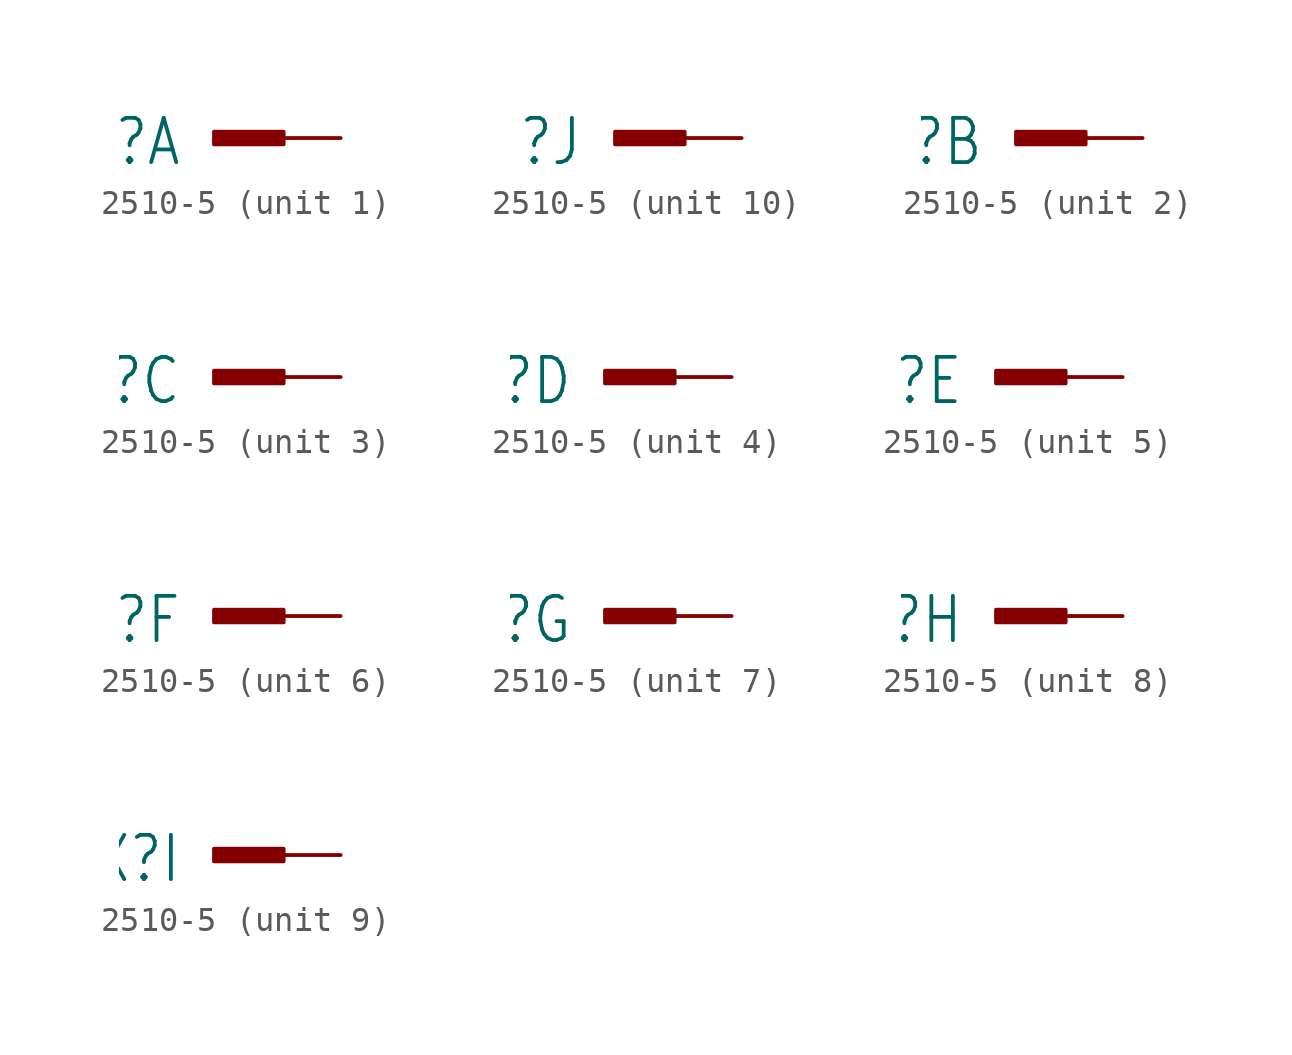
<source format=kicad_sym>
(kicad_symbol_lib
  (version 20211014)
  (generator kicad_symbol_editor)
  (symbol "2510-5"
    (property "Reference" "X"
      (at -1.27 0.889 0)
      (effects (font (size 1.778 1.511)) (justify right top)))
    (property "ki_locked" ""
      (at 0 0 0)
      (effects (font (size 1.27 1.27))))
    (symbol "2510-5_1_0"
      (rectangle (start 0 -0.254) (end 2.794 0.254) (stroke (width 0) (type default) (color 0 0 0 0)) (fill (type outline)))
      (pin passive line (at 5.08 0 180) (length 2.54) (name "KL" (effects (font (size 0 0)))) (number "1" (effects (font (size 0 0))))))
    (symbol "2510-5_2_0"
      (rectangle (start 0 -0.254) (end 2.794 0.254) (stroke (width 0) (type default) (color 0 0 0 0)) (fill (type outline)))
      (pin passive line (at 5.08 0 180) (length 2.54) (name "KL" (effects (font (size 0 0)))) (number "2" (effects (font (size 0 0))))))
    (symbol "2510-5_3_0"
      (rectangle (start 0 -0.254) (end 2.794 0.254) (stroke (width 0) (type default) (color 0 0 0 0)) (fill (type outline)))
      (pin passive line (at 5.08 0 180) (length 2.54) (name "KL" (effects (font (size 0 0)))) (number "3" (effects (font (size 0 0))))))
    (symbol "2510-5_4_0"
      (rectangle (start 0 -0.254) (end 2.794 0.254) (stroke (width 0) (type default) (color 0 0 0 0)) (fill (type outline)))
      (pin passive line (at 5.08 0 180) (length 2.54) (name "KL" (effects (font (size 0 0)))) (number "4" (effects (font (size 0 0))))))
    (symbol "2510-5_5_0"
      (rectangle (start 0 -0.254) (end 2.794 0.254) (stroke (width 0) (type default) (color 0 0 0 0)) (fill (type outline)))
      (pin passive line (at 5.08 0 180) (length 2.54) (name "KL" (effects (font (size 0 0)))) (number "5" (effects (font (size 0 0))))))
    (symbol "2510-5_6_0"
      (rectangle (start 0 -0.254) (end 2.794 0.254) (stroke (width 0) (type default) (color 0 0 0 0)) (fill (type outline)))
      (pin passive line (at 5.08 0 180) (length 2.54) (name "KL" (effects (font (size 0 0)))) (number "6" (effects (font (size 0 0))))))
    (symbol "2510-5_7_0"
      (rectangle (start 0 -0.254) (end 2.794 0.254) (stroke (width 0) (type default) (color 0 0 0 0)) (fill (type outline)))
      (pin passive line (at 5.08 0 180) (length 2.54) (name "KL" (effects (font (size 0 0)))) (number "7" (effects (font (size 0 0))))))
    (symbol "2510-5_8_0"
      (rectangle (start 0 -0.254) (end 2.794 0.254) (stroke (width 0) (type default) (color 0 0 0 0)) (fill (type outline)))
      (pin passive line (at 5.08 0 180) (length 2.54) (name "KL" (effects (font (size 0 0)))) (number "8" (effects (font (size 0 0))))))
    (symbol "2510-5_9_0"
      (rectangle (start 0 -0.254) (end 2.794 0.254) (stroke (width 0) (type default) (color 0 0 0 0)) (fill (type outline)))
      (pin passive line (at 5.08 0 180) (length 2.54) (name "KL" (effects (font (size 0 0)))) (number "9" (effects (font (size 0 0))))))
    (symbol "2510-5_10_0"
      (rectangle (start 0 -0.254) (end 2.794 0.254) (stroke (width 0) (type default) (color 0 0 0 0)) (fill (type outline)))
      (pin passive line (at 5.08 0 180) (length 2.54) (name "KL" (effects (font (size 0 0)))) (number "10" (effects (font (size 0 0))))))))
</source>
